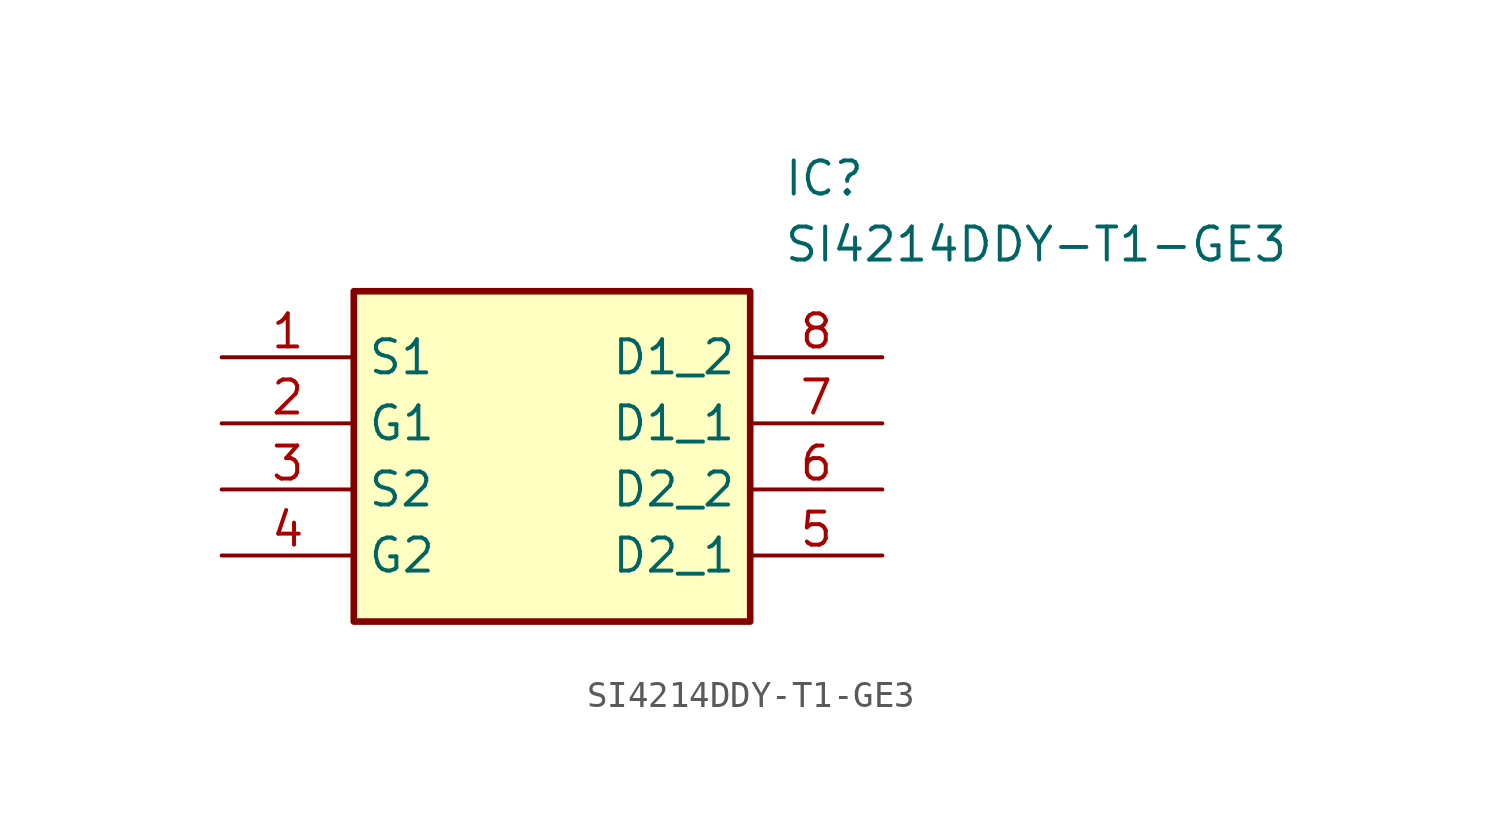
<source format=kicad_sym>
(kicad_symbol_lib
  (version 20231120)
  (generator "kicad_symbol_editor")
  (generator_version "8.0")
  (symbol "SI4214DDY-T1-GE3"
    (property "Reference" "IC"
      (at 21.59 7.62 0)
      (effects (font (size 1.27 1.27)) (justify left top)))
    (property "Value" "SI4214DDY-T1-GE3"
      (at 21.59 5.08 0)
      (effects (font (size 1.27 1.27)) (justify left top)))
    (symbol "SI4214DDY-T1-GE3_1_1"
      (rectangle (start 5.08 2.54) (end 20.32 -10.16) (stroke (width 0.254) (type default)) (fill (type background)))
      (pin passive line (at 0 0 0) (length 5.08) (name "S1" (effects (font (size 1.27 1.27)))) (number "1" (effects (font (size 1.27 1.27)))))
      (pin passive line (at 0 -2.54 0) (length 5.08) (name "G1" (effects (font (size 1.27 1.27)))) (number "2" (effects (font (size 1.27 1.27)))))
      (pin passive line (at 0 -5.08 0) (length 5.08) (name "S2" (effects (font (size 1.27 1.27)))) (number "3" (effects (font (size 1.27 1.27)))))
      (pin passive line (at 0 -7.62 0) (length 5.08) (name "G2" (effects (font (size 1.27 1.27)))) (number "4" (effects (font (size 1.27 1.27)))))
      (pin passive line (at 25.4 -7.62 180) (length 5.08) (name "D2_1" (effects (font (size 1.27 1.27)))) (number "5" (effects (font (size 1.27 1.27)))))
      (pin passive line (at 25.4 -5.08 180) (length 5.08) (name "D2_2" (effects (font (size 1.27 1.27)))) (number "6" (effects (font (size 1.27 1.27)))))
      (pin passive line (at 25.4 -2.54 180) (length 5.08) (name "D1_1" (effects (font (size 1.27 1.27)))) (number "7" (effects (font (size 1.27 1.27)))))
      (pin passive line (at 25.4 0 180) (length 5.08) (name "D1_2" (effects (font (size 1.27 1.27)))) (number "8" (effects (font (size 1.27 1.27))))))))
</source>
